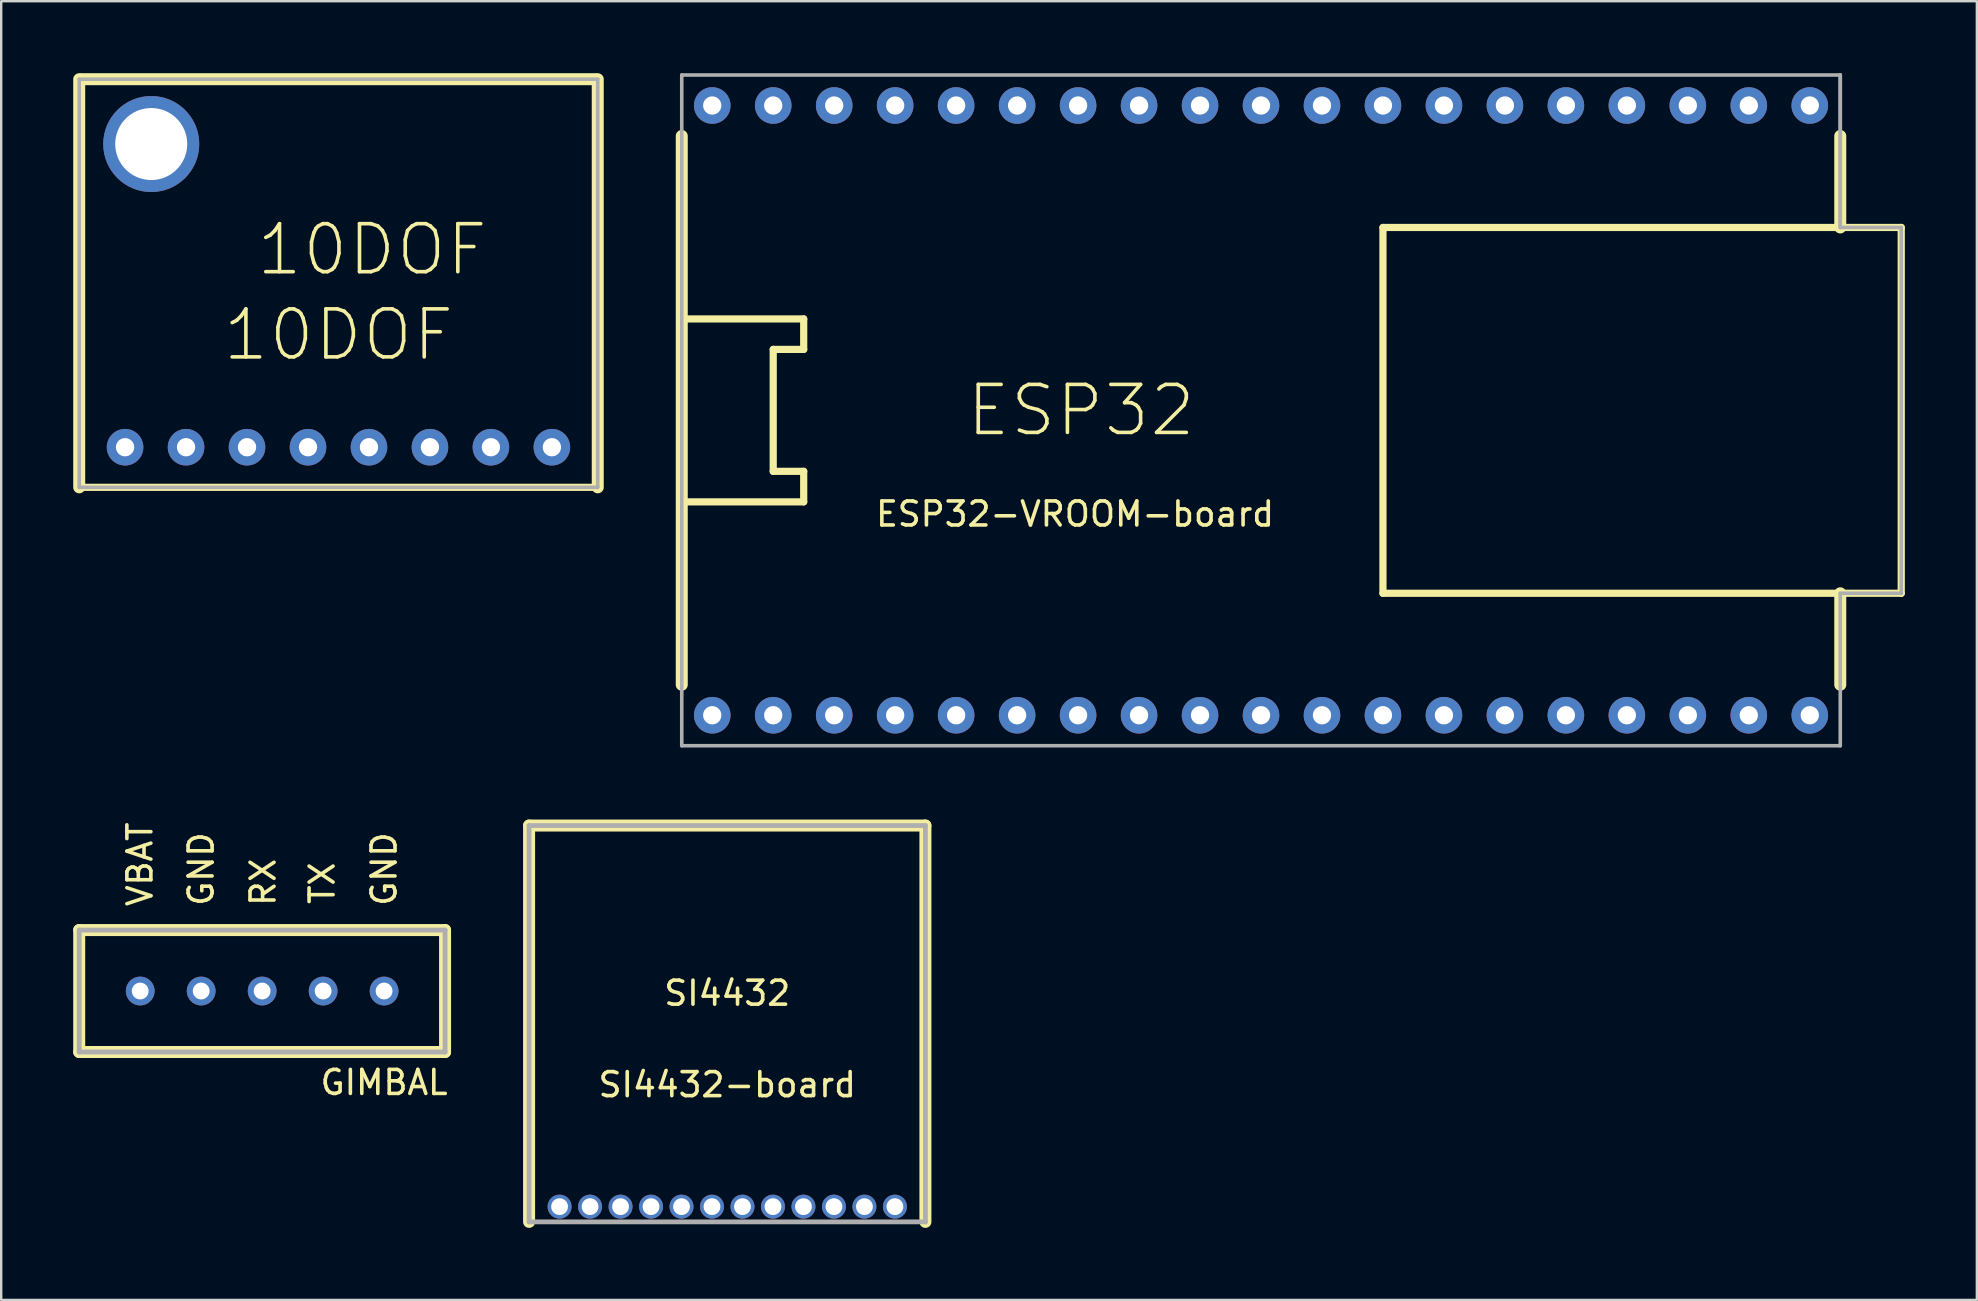
<source format=kicad_pcb>
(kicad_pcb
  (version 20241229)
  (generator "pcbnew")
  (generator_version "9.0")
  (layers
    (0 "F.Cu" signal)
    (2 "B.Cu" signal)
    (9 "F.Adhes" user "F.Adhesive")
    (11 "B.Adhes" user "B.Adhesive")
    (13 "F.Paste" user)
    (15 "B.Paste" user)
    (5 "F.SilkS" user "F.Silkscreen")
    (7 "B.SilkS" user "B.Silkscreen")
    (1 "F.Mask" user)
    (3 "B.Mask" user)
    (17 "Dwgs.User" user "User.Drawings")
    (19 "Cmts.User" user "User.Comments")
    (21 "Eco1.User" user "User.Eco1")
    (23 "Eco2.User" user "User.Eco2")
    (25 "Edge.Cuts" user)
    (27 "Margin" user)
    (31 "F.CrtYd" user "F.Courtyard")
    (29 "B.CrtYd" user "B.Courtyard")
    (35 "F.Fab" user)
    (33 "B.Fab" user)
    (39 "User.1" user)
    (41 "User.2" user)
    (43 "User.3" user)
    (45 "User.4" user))
  (footprint "ESP32-VROOM-board"
    (layer "F.Cu")
    (at 49.48 14.045)
    (property "Reference" "ESP32-VROOM-board" (at -7.747 4.318 0) (layer "F.SilkS") (effects (font (size 1 1) (thickness 0.15))))
    (attr through_hole)
    (fp_line (start -24.13 -11.43) (end -24.13 11.43) (stroke (width 0.5) (type solid)) (layer "F.SilkS"))
    (fp_line (start -24.13 -3.81) (end -19.05 -3.81) (stroke (width 0.3) (type solid)) (layer "F.SilkS"))
    (fp_line (start -20.32 -2.54) (end -20.32 2.54) (stroke (width 0.3) (type solid)) (layer "F.SilkS"))
    (fp_line (start -20.32 2.54) (end -19.05 2.54) (stroke (width 0.3) (type solid)) (layer "F.SilkS"))
    (fp_line (start -19.05 -3.81) (end -19.05 -2.54) (stroke (width 0.3) (type solid)) (layer "F.SilkS"))
    (fp_line (start -19.05 -2.54) (end -20.32 -2.54) (stroke (width 0.3) (type solid)) (layer "F.SilkS"))
    (fp_line (start -19.05 2.54) (end -19.05 3.81) (stroke (width 0.3) (type solid)) (layer "F.SilkS"))
    (fp_line (start -19.05 3.81) (end -24.13 3.81) (stroke (width 0.3) (type solid)) (layer "F.SilkS"))
    (fp_line (start 5.08 -7.62) (end 5.08 7.62) (stroke (width 0.3) (type solid)) (layer "F.SilkS"))
    (fp_line (start 5.08 7.62) (end 26.67 7.62) (stroke (width 0.3) (type solid)) (layer "F.SilkS"))
    (fp_line (start 6.35 -7.62) (end 26.67 -7.62) (stroke (width 0.15) (type solid)) (layer "F.SilkS"))
    (fp_line (start 24.13 -11.43) (end 24.13 -7.62) (stroke (width 0.5) (type solid)) (layer "F.SilkS"))
    (fp_line (start 24.13 -7.62) (end 26.67 -7.62) (stroke (width 0.15) (type solid)) (layer "F.SilkS"))
    (fp_line (start 24.13 7.62) (end 24.13 11.43) (stroke (width 0.5) (type solid)) (layer "F.SilkS"))
    (fp_line (start 26.67 -7.62) (end 5.08 -7.62) (stroke (width 0.3) (type solid)) (layer "F.SilkS"))
    (fp_line (start 26.67 -7.62) (end 6.35 -7.62) (stroke (width 0.15) (type solid)) (layer "F.SilkS"))
    (fp_line (start 26.67 -7.62) (end 26.67 7.62) (stroke (width 0.3) (type solid)) (layer "F.SilkS"))
    (fp_line (start -24.13 -13.97) (end -24.13 13.97) (stroke (width 0.15) (type solid)) (layer "F.Fab"))
    (fp_line (start 24.13 -13.97) (end -24.13 -13.97) (stroke (width 0.15) (type solid)) (layer "F.Fab"))
    (fp_line (start 24.13 -13.97) (end 24.13 -7.62) (stroke (width 0.15) (type solid)) (layer "F.Fab"))
    (fp_line (start 24.13 -7.62) (end 24.13 -13.97) (stroke (width 0.15) (type solid)) (layer "F.Fab"))
    (fp_line (start 24.13 -7.62) (end 26.67 -7.62) (stroke (width 0.15) (type solid)) (layer "F.Fab"))
    (fp_line (start 24.13 7.62) (end 24.13 13.97) (stroke (width 0.15) (type solid)) (layer "F.Fab"))
    (fp_line (start 24.13 7.62) (end 26.67 7.62) (stroke (width 0.15) (type solid)) (layer "F.Fab"))
    (fp_line (start 24.13 13.97) (end -24.13 13.97) (stroke (width 0.15) (type solid)) (layer "F.Fab"))
    (fp_line (start 26.67 -7.62) (end 26.67 7.62) (stroke (width 0.15) (type solid)) (layer "F.Fab"))
    (fp_text user "ESP32" (at -7.493 0 0) (layer "F.SilkS") (effects (font (size 2 2) (thickness 0.15))))
    (pad "1" thru_hole circle (at -22.86 12.7) (size 1.524 1.524) (drill 0.762) (layers "*.Cu" "*.Mask"))
    (pad "2" thru_hole circle (at -20.32 12.7) (size 1.524 1.524) (drill 0.762) (layers "*.Cu" "*.Mask"))
    (pad "3" thru_hole circle (at -17.78 12.7) (size 1.524 1.524) (drill 0.762) (layers "*.Cu" "*.Mask"))
    (pad "4" thru_hole circle (at -15.24 12.7) (size 1.524 1.524) (drill 0.762) (layers "*.Cu" "*.Mask"))
    (pad "5" thru_hole circle (at -12.7 12.7) (size 1.524 1.524) (drill 0.762) (layers "*.Cu" "*.Mask"))
    (pad "6" thru_hole circle (at -10.16 12.7) (size 1.524 1.524) (drill 0.762) (layers "*.Cu" "*.Mask"))
    (pad "7" thru_hole circle (at -7.62 12.7) (size 1.524 1.524) (drill 0.762) (layers "*.Cu" "*.Mask"))
    (pad "8" thru_hole circle (at -5.08 12.7) (size 1.524 1.524) (drill 0.762) (layers "*.Cu" "*.Mask"))
    (pad "9" thru_hole circle (at -2.54 12.7) (size 1.524 1.524) (drill 0.762) (layers "*.Cu" "*.Mask"))
    (pad "10" thru_hole circle (at 0 12.7) (size 1.524 1.524) (drill 0.762) (layers "*.Cu" "*.Mask"))
    (pad "11" thru_hole circle (at 2.54 12.7) (size 1.524 1.524) (drill 0.762) (layers "*.Cu" "*.Mask"))
    (pad "12" thru_hole circle (at 5.08 12.7) (size 1.524 1.524) (drill 0.762) (layers "*.Cu" "*.Mask"))
    (pad "13" thru_hole circle (at 7.62 12.7) (size 1.524 1.524) (drill 0.762) (layers "*.Cu" "*.Mask"))
    (pad "14" thru_hole circle (at 10.16 12.7) (size 1.524 1.524) (drill 0.762) (layers "*.Cu" "*.Mask"))
    (pad "15" thru_hole circle (at 12.7 12.7) (size 1.524 1.524) (drill 0.762) (layers "*.Cu" "*.Mask"))
    (pad "16" thru_hole circle (at 15.24 12.7) (size 1.524 1.524) (drill 0.762) (layers "*.Cu" "*.Mask"))
    (pad "17" thru_hole circle (at 17.78 12.7) (size 1.524 1.524) (drill 0.762) (layers "*.Cu" "*.Mask"))
    (pad "18" thru_hole circle (at 20.32 12.7) (size 1.524 1.524) (drill 0.762) (layers "*.Cu" "*.Mask"))
    (pad "19" thru_hole circle (at 22.86 12.7) (size 1.524 1.524) (drill 0.762) (layers "*.Cu" "*.Mask"))
    (pad "20" thru_hole circle (at 22.86 -12.7) (size 1.524 1.524) (drill 0.762) (layers "*.Cu" "*.Mask"))
    (pad "21" thru_hole circle (at 20.32 -12.7) (size 1.524 1.524) (drill 0.762) (layers "*.Cu" "*.Mask"))
    (pad "22" thru_hole circle (at 17.78 -12.7) (size 1.524 1.524) (drill 0.762) (layers "*.Cu" "*.Mask"))
    (pad "23" thru_hole circle (at 15.24 -12.7) (size 1.524 1.524) (drill 0.762) (layers "*.Cu" "*.Mask"))
    (pad "24" thru_hole circle (at 12.7 -12.7) (size 1.524 1.524) (drill 0.762) (layers "*.Cu" "*.Mask"))
    (pad "25" thru_hole circle (at 10.16 -12.7) (size 1.524 1.524) (drill 0.762) (layers "*.Cu" "*.Mask"))
    (pad "26" thru_hole circle (at 7.62 -12.7) (size 1.524 1.524) (drill 0.762) (layers "*.Cu" "*.Mask"))
    (pad "27" thru_hole circle (at 5.08 -12.7) (size 1.524 1.524) (drill 0.762) (layers "*.Cu" "*.Mask"))
    (pad "28" thru_hole circle (at 2.54 -12.7) (size 1.524 1.524) (drill 0.762) (layers "*.Cu" "*.Mask"))
    (pad "29" thru_hole circle (at 0 -12.7) (size 1.524 1.524) (drill 0.762) (layers "*.Cu" "*.Mask"))
    (pad "30" thru_hole circle (at -2.54 -12.7) (size 1.524 1.524) (drill 0.762) (layers "*.Cu" "*.Mask"))
    (pad "31" thru_hole circle (at -5.08 -12.7) (size 1.524 1.524) (drill 0.762) (layers "*.Cu" "*.Mask"))
    (pad "32" thru_hole circle (at -7.62 -12.7) (size 1.524 1.524) (drill 0.762) (layers "*.Cu" "*.Mask"))
    (pad "33" thru_hole circle (at -10.16 -12.7) (size 1.524 1.524) (drill 0.762) (layers "*.Cu" "*.Mask"))
    (pad "34" thru_hole circle (at -12.7 -12.7) (size 1.524 1.524) (drill 0.762) (layers "*.Cu" "*.Mask"))
    (pad "35" thru_hole circle (at -15.24 -12.7) (size 1.524 1.524) (drill 0.762) (layers "*.Cu" "*.Mask"))
    (pad "36" thru_hole circle (at -17.78 -12.7) (size 1.524 1.524) (drill 0.762) (layers "*.Cu" "*.Mask"))
    (pad "37" thru_hole circle (at -20.32 -12.7) (size 1.524 1.524) (drill 0.762) (layers "*.Cu" "*.Mask"))
    (pad "38" thru_hole circle (at -22.86 -12.7) (size 1.524 1.524) (drill 0.762) (layers "*.Cu" "*.Mask")))
  (footprint "SI4432-board"
    (layer "F.Cu")
    (at 27.245 47.215)
    (property "Reference" "SI4432-board" (at 0 -5.08 0) (layer "F.SilkS") (effects (font (size 1 1) (thickness 0.15))))
    (attr through_hole)
    (fp_line (start -8.255 -15.875) (end 8.255 -15.875) (stroke (width 0.5) (type solid)) (layer "F.SilkS"))
    (fp_line (start -8.255 0.635) (end -8.255 -15.875) (stroke (width 0.5) (type solid)) (layer "F.SilkS"))
    (fp_line (start 8.255 -15.875) (end 8.255 0.635) (stroke (width 0.5) (type solid)) (layer "F.SilkS"))
    (fp_line (start -8.255 -15.875) (end 8.255 -15.875) (stroke (width 0.2) (type solid)) (layer "F.Fab"))
    (fp_line (start -8.255 0.635) (end -8.255 -15.875) (stroke (width 0.2) (type solid)) (layer "F.Fab"))
    (fp_line (start 8.255 -15.875) (end 8.255 0.635) (stroke (width 0.2) (type solid)) (layer "F.Fab"))
    (fp_line (start 8.255 0.635) (end -8.255 0.635) (stroke (width 0.2) (type solid)) (layer "F.Fab"))
    (fp_text user "SI4432" (at 0 -8.89 0) (layer "F.SilkS") (effects (font (size 1 1) (thickness 0.15))))
    (pad "1" thru_hole circle (at -6.985 0) (size 1 1) (drill 0.7) (layers "*.Cu" "*.Mask"))
    (pad "2" thru_hole circle (at -5.715 0) (size 1 1) (drill 0.7) (layers "*.Cu" "*.Mask"))
    (pad "3" thru_hole circle (at -4.445 0) (size 1 1) (drill 0.7) (layers "*.Cu" "*.Mask"))
    (pad "4" thru_hole circle (at -3.175 0) (size 1 1) (drill 0.7) (layers "*.Cu" "*.Mask"))
    (pad "5" thru_hole circle (at -1.905 0) (size 1 1) (drill 0.7) (layers "*.Cu" "*.Mask"))
    (pad "6" thru_hole circle (at -0.635 0) (size 1 1) (drill 0.7) (layers "*.Cu" "*.Mask"))
    (pad "7" thru_hole circle (at 0.635 0) (size 1 1) (drill 0.7) (layers "*.Cu" "*.Mask"))
    (pad "8" thru_hole circle (at 1.905 0) (size 1 1) (drill 0.7) (layers "*.Cu" "*.Mask"))
    (pad "9" thru_hole circle (at 3.175 0) (size 1 1) (drill 0.7) (layers "*.Cu" "*.Mask"))
    (pad "10" thru_hole circle (at 4.445 0) (size 1 1) (drill 0.7) (layers "*.Cu" "*.Mask"))
    (pad "11" thru_hole circle (at 5.715 0) (size 1 1) (drill 0.7) (layers "*.Cu" "*.Mask"))
    (pad "12" thru_hole circle (at 6.985 0) (size 1 1) (drill 0.7) (layers "*.Cu" "*.Mask")))
  (footprint "10DOF"
    (layer "F.Cu")
    (at 11.05 17.25)
    (property "Reference" "10DOF" (at 1.4 -9.9 0) (layer "F.SilkS") (effects (font (size 2 2) (thickness 0.15))))
    (attr through_hole)
    (fp_line (start -10.8 0) (end -10.8 -17) (stroke (width 0.5) (type solid)) (layer "F.SilkS"))
    (fp_line (start -10.8 0) (end 10.8 0) (stroke (width 0.3) (type solid)) (layer "F.SilkS"))
    (fp_line (start -10.7 -17) (end 10.7 -17) (stroke (width 0.5) (type solid)) (layer "F.SilkS"))
    (fp_line (start 10.8 -17) (end 10.8 0) (stroke (width 0.5) (type solid)) (layer "F.SilkS"))
    (fp_line (start -10.8 -17) (end 10.8 -17) (stroke (width 0.15) (type solid)) (layer "F.Fab"))
    (fp_line (start -10.8 0) (end -10.8 -17) (stroke (width 0.15) (type solid)) (layer "F.Fab"))
    (fp_line (start 10.8 -17) (end 10.8 0) (stroke (width 0.15) (type solid)) (layer "F.Fab"))
    (fp_line (start 10.8 0) (end -10.8 0) (stroke (width 0.15) (type solid)) (layer "F.Fab"))
    (fp_text user "10DOF" (at 0 -6.35 0) (layer "F.SilkS") (effects (font (size 2 2) (thickness 0.15))))
    (pad "" thru_hole circle (at -7.8 -14.3) (size 4 4) (drill 3) (layers "*.Cu" "*.Mask"))
    (pad "1" thru_hole circle (at -8.89 -1.67) (size 1.524 1.524) (drill 0.762) (layers "*.Cu" "*.Mask"))
    (pad "2" thru_hole circle (at -6.35 -1.67) (size 1.524 1.524) (drill 0.762) (layers "*.Cu" "*.Mask"))
    (pad "3" thru_hole circle (at -3.81 -1.67) (size 1.524 1.524) (drill 0.762) (layers "*.Cu" "*.Mask"))
    (pad "4" thru_hole circle (at -1.27 -1.67) (size 1.524 1.524) (drill 0.762) (layers "*.Cu" "*.Mask"))
    (pad "5" thru_hole circle (at 1.27 -1.67) (size 1.524 1.524) (drill 0.762) (layers "*.Cu" "*.Mask"))
    (pad "6" thru_hole circle (at 3.81 -1.67) (size 1.524 1.524) (drill 0.762) (layers "*.Cu" "*.Mask"))
    (pad "7" thru_hole circle (at 6.35 -1.67) (size 1.524 1.524) (drill 0.762) (layers "*.Cu" "*.Mask"))
    (pad "8" thru_hole circle (at 8.89 -1.67) (size 1.524 1.524) (drill 0.762) (layers "*.Cu" "*.Mask")))
  (footprint "GIMBAL"
    (layer "F.Cu")
    (at 7.87 38.233)
    (property "Reference" "GIMBAL" (at 5.08 3.81 0) (layer "F.SilkS") (effects (font (size 1 1) (thickness 0.15))))
    (attr through_hole)
    (fp_line (start -7.62 -2.54) (end 7.62 -2.54) (stroke (width 0.5) (type solid)) (layer "F.SilkS"))
    (fp_line (start -7.62 2.54) (end -7.62 -2.54) (stroke (width 0.5) (type solid)) (layer "F.SilkS"))
    (fp_line (start 7.62 -2.54) (end 7.62 2.54) (stroke (width 0.5) (type solid)) (layer "F.SilkS"))
    (fp_line (start 7.62 2.54) (end -7.62 2.54) (stroke (width 0.5) (type solid)) (layer "F.SilkS"))
    (fp_line (start -7.62 -2.54) (end 7.62 -2.54) (stroke (width 0.2) (type solid)) (layer "F.Fab"))
    (fp_line (start -7.62 2.54) (end -7.62 -2.54) (stroke (width 0.2) (type solid)) (layer "F.Fab"))
    (fp_line (start 7.62 -2.54) (end 7.62 2.54) (stroke (width 0.2) (type solid)) (layer "F.Fab"))
    (fp_line (start 7.62 2.54) (end -7.62 2.54) (stroke (width 0.2) (type solid)) (layer "F.Fab"))
    (fp_text user "RX" (at 0.04 -4.53 90) (layer "F.SilkS") (effects (font (size 1 1) (thickness 0.15))))
    (fp_text user "GND" (at -2.54 -5.08 90) (layer "F.SilkS") (effects (font (size 1 1) (thickness 0.15))))
    (fp_text user "VBAT" (at -5.09 -5.28 90) (layer "F.SilkS") (effects (font (size 1 1) (thickness 0.15))))
    (fp_text user "TX" (at 2.5 -4.49 90) (layer "F.SilkS") (effects (font (size 1 1) (thickness 0.15))))
    (fp_text user "GND" (at 5.08 -5.08 90) (layer "F.SilkS") (effects (font (size 1 1) (thickness 0.15))))
    (pad "1" thru_hole circle (at -5.08 0) (size 1.2 1.2) (drill 0.7) (layers "*.Cu" "*.Mask"))
    (pad "2" thru_hole circle (at -2.54 0) (size 1.2 1.2) (drill 0.7) (layers "*.Cu" "*.Mask"))
    (pad "3" thru_hole circle (at 0 0) (size 1.2 1.2) (drill 0.7) (layers "*.Cu" "*.Mask"))
    (pad "4" thru_hole circle (at 2.54 0) (size 1.2 1.2) (drill 0.7) (layers "*.Cu" "*.Mask"))
    (pad "5" thru_hole circle (at 5.08 0) (size 1.2 1.2) (drill 0.7) (layers "*.Cu" "*.Mask")))
  (gr_rect
    (start -3 -3)
    (end 79.3 51.1)
    (stroke (width 0.1) (type default))
    (fill no)
    (layer "Edge.Cuts")))
</source>
